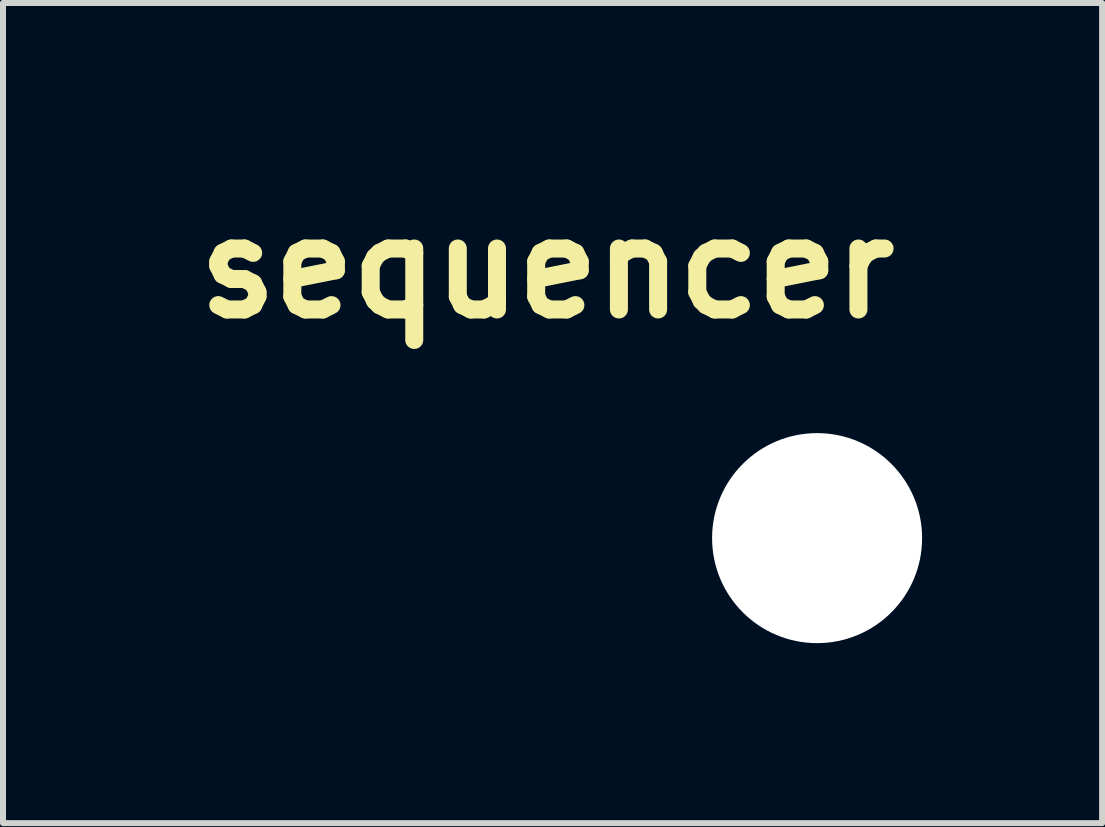
<source format=kicad_pcb>
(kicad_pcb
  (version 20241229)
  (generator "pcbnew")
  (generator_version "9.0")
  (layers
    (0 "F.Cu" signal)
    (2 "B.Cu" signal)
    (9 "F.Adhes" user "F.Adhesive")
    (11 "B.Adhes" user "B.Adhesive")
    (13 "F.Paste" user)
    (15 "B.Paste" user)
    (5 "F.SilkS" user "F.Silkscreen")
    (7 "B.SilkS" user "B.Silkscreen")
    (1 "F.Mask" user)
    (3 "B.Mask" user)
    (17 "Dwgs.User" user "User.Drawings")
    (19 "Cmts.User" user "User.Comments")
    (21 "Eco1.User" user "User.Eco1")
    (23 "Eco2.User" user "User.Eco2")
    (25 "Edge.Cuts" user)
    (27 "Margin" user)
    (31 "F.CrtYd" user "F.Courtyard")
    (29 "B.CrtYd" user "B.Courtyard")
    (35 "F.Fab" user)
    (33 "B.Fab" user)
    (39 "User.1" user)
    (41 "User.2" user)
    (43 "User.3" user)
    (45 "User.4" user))
  (footprint "sequencer"
    (layer "F.Cu")
    (at 10.567 5.918)
    (property "Reference" "sequencer" (at -4.5 -4.5 0) (layer "F.SilkS") (effects (font (size 1.524 1.524) (thickness 0.3))))
    (attr through_hole)
    (fp_poly (pts (xy -2.045 -5.4) (xy -2.002 -5.399) (xy -1.968 -5.397) (xy -1.939 -5.393) (xy -1.91 -5.387) (xy -1.877 -5.379) (xy -1.872 -5.378) (xy -1.755 -5.338) (xy -1.646 -5.283) (xy -1.545 -5.215) (xy -1.455 -5.135) (xy -1.376 -5.044) (xy -1.309 -4.943) (xy -1.255 -4.833) (xy -1.218 -4.722) (xy -1.21 -4.689) (xy -1.204 -4.66) (xy -1.2 -4.631) (xy -1.198 -4.597) (xy -1.196 -4.555) (xy -1.196 -4.501) (xy -1.196 -4.496) (xy -1.196 -4.44) (xy -1.197 -4.397) (xy -1.2 -4.363) (xy -1.203 -4.334) (xy -1.209 -4.305) (xy -1.217 -4.273) (xy -1.218 -4.27) (xy -1.258 -4.152) (xy -1.312 -4.043) (xy -1.38 -3.942) (xy -1.459 -3.852) (xy -1.549 -3.773) (xy -1.649 -3.706) (xy -1.758 -3.653) (xy -1.874 -3.614) (xy -1.939 -3.601) (xy -2.014 -3.592) (xy -2.092 -3.588) (xy -2.168 -3.589) (xy -2.236 -3.595) (xy -2.26 -3.599) (xy -2.38 -3.63) (xy -2.493 -3.675) (xy -2.597 -3.734) (xy -2.693 -3.805) (xy -2.778 -3.887) (xy -2.851 -3.98) (xy -2.912 -4.082) (xy -2.959 -4.192) (xy -2.992 -4.309) (xy -2.998 -4.338) (xy -3.011 -4.46) (xy -3.008 -4.579) (xy -2.99 -4.695) (xy -2.957 -4.807) (xy -2.91 -4.913) (xy -2.85 -5.012) (xy -2.778 -5.103) (xy -2.695 -5.184) (xy -2.601 -5.255) (xy -2.497 -5.314) (xy -2.384 -5.361) (xy -2.327 -5.378) (xy -2.294 -5.386) (xy -2.265 -5.392) (xy -2.235 -5.396) (xy -2.202 -5.399) (xy -2.16 -5.4) (xy -2.105 -5.4) (xy -2.1 -5.4) (xy -2.045 -5.4)) (stroke (width 0.01) (type solid)) (fill yes) (layer "F.Mask"))
    (fp_poly (pts (xy -6.835 -5.4) (xy -6.793 -5.399) (xy -6.759 -5.397) (xy -6.729 -5.393) (xy -6.7 -5.387) (xy -6.668 -5.379) (xy -6.665 -5.378) (xy -6.547 -5.338) (xy -6.438 -5.284) (xy -6.337 -5.217) (xy -6.246 -5.139) (xy -6.168 -5.049) (xy -6.102 -4.949) (xy -6.086 -4.921) (xy -6.038 -4.814) (xy -6.005 -4.708) (xy -5.986 -4.599) (xy -5.981 -4.496) (xy -5.989 -4.373) (xy -6.013 -4.255) (xy -6.052 -4.143) (xy -6.104 -4.037) (xy -6.17 -3.94) (xy -6.247 -3.852) (xy -6.336 -3.774) (xy -6.435 -3.708) (xy -6.543 -3.655) (xy -6.66 -3.616) (xy -6.665 -3.614) (xy -6.73 -3.601) (xy -6.804 -3.592) (xy -6.883 -3.588) (xy -6.959 -3.589) (xy -7.027 -3.595) (xy -7.051 -3.599) (xy -7.171 -3.63) (xy -7.285 -3.676) (xy -7.39 -3.736) (xy -7.486 -3.808) (xy -7.571 -3.893) (xy -7.645 -3.988) (xy -7.706 -4.093) (xy -7.754 -4.207) (xy -7.773 -4.27) (xy -7.782 -4.303) (xy -7.788 -4.332) (xy -7.792 -4.361) (xy -7.794 -4.394) (xy -7.795 -4.436) (xy -7.795 -4.475) (xy -7.401 -4.475) (xy -7.39 -4.385) (xy -7.364 -4.298) (xy -7.342 -4.252) (xy -7.314 -4.209) (xy -7.276 -4.162) (xy -7.231 -4.117) (xy -7.184 -4.078) (xy -7.141 -4.048) (xy -7.135 -4.045) (xy -7.051 -4.01) (xy -6.962 -3.99) (xy -6.871 -3.985) (xy -6.781 -3.997) (xy -6.765 -4) (xy -6.692 -4.024) (xy -6.627 -4.057) (xy -6.567 -4.102) (xy -6.531 -4.136) (xy -6.469 -4.207) (xy -6.424 -4.286) (xy -6.394 -4.37) (xy -6.38 -4.46) (xy -6.379 -4.496) (xy -6.387 -4.588) (xy -6.411 -4.675) (xy -6.45 -4.755) (xy -6.506 -4.829) (xy -6.531 -4.856) (xy -6.591 -4.909) (xy -6.652 -4.949) (xy -6.72 -4.978) (xy -6.765 -4.991) (xy -6.854 -5.005) (xy -6.945 -5.004) (xy -7.034 -4.987) (xy -7.12 -4.955) (xy -7.135 -4.947) (xy -7.178 -4.919) (xy -7.224 -4.881) (xy -7.27 -4.836) (xy -7.309 -4.79) (xy -7.339 -4.746) (xy -7.342 -4.74) (xy -7.377 -4.655) (xy -7.397 -4.566) (xy -7.401 -4.475) (xy -7.795 -4.475) (xy -7.795 -4.491) (xy -7.795 -4.496) (xy -7.795 -4.551) (xy -7.794 -4.594) (xy -7.792 -4.628) (xy -7.788 -4.658) (xy -7.782 -4.687) (xy -7.774 -4.719) (xy -7.773 -4.722) (xy -7.733 -4.84) (xy -7.678 -4.95) (xy -7.611 -5.051) (xy -7.53 -5.142) (xy -7.439 -5.221) (xy -7.338 -5.288) (xy -7.227 -5.341) (xy -7.117 -5.378) (xy -7.084 -5.386) (xy -7.055 -5.392) (xy -7.026 -5.396) (xy -6.992 -5.399) (xy -6.95 -5.4) (xy -6.896 -5.4) (xy -6.891 -5.4) (xy -6.835 -5.4)) (stroke (width 0.01) (type solid)) (fill yes) (layer "F.Mask"))
    (fp_poly (pts (xy -4.35 -5.39) (xy -4.235 -5.362) (xy -4.126 -5.318) (xy -4.028 -5.265) (xy -3.986 -5.235) (xy -3.938 -5.196) (xy -3.888 -5.15) (xy -3.84 -5.101) (xy -3.797 -5.053) (xy -3.764 -5.01) (xy -3.756 -4.999) (xy -3.695 -4.89) (xy -3.649 -4.776) (xy -3.62 -4.658) (xy -3.606 -4.539) (xy -3.608 -4.42) (xy -3.626 -4.301) (xy -3.66 -4.184) (xy -3.71 -4.071) (xy -3.756 -3.992) (xy -3.787 -3.951) (xy -3.827 -3.905) (xy -3.874 -3.856) (xy -3.924 -3.809) (xy -3.973 -3.767) (xy -4.017 -3.734) (xy -4.028 -3.727) (xy -4.132 -3.671) (xy -4.244 -3.627) (xy -4.297 -3.612) (xy -4.35 -3.601) (xy -4.414 -3.594) (xy -4.484 -3.589) (xy -4.554 -3.589) (xy -4.618 -3.591) (xy -4.673 -3.598) (xy -4.676 -3.599) (xy -4.797 -3.63) (xy -4.909 -3.675) (xy -5.013 -3.734) (xy -5.108 -3.804) (xy -5.191 -3.886) (xy -5.264 -3.977) (xy -5.324 -4.078) (xy -5.371 -4.186) (xy -5.404 -4.3) (xy -5.421 -4.42) (xy -5.424 -4.496) (xy -5.424 -4.497) (xy -5.021 -4.497) (xy -5.021 -4.496) (xy -5.02 -4.446) (xy -5.018 -4.409) (xy -5.015 -4.38) (xy -5.009 -4.353) (xy -5.001 -4.329) (xy -4.965 -4.249) (xy -4.914 -4.175) (xy -4.853 -4.111) (xy -4.782 -4.06) (xy -4.754 -4.044) (xy -4.72 -4.027) (xy -4.689 -4.015) (xy -4.656 -4.004) (xy -4.615 -3.993) (xy -4.597 -3.989) (xy -4.582 -3.987) (xy -4.554 -3.986) (xy -4.519 -3.987) (xy -4.496 -3.987) (xy -4.444 -3.99) (xy -4.402 -3.996) (xy -4.361 -4.007) (xy -4.348 -4.012) (xy -4.283 -4.041) (xy -4.218 -4.08) (xy -4.16 -4.126) (xy -4.131 -4.156) (xy -4.088 -4.215) (xy -4.052 -4.284) (xy -4.024 -4.358) (xy -4.006 -4.433) (xy -4.001 -4.496) (xy -4.008 -4.566) (xy -4.026 -4.641) (xy -4.055 -4.716) (xy -4.093 -4.784) (xy -4.131 -4.835) (xy -4.158 -4.862) (xy -4.192 -4.892) (xy -4.226 -4.917) (xy -4.227 -4.918) (xy -4.306 -4.962) (xy -4.39 -4.991) (xy -4.475 -5.005) (xy -4.561 -5.005) (xy -4.646 -4.99) (xy -4.727 -4.961) (xy -4.803 -4.919) (xy -4.871 -4.864) (xy -4.931 -4.796) (xy -4.947 -4.772) (xy -4.977 -4.721) (xy -4.998 -4.673) (xy -5.011 -4.623) (xy -5.018 -4.566) (xy -5.021 -4.497) (xy -5.424 -4.497) (xy -5.416 -4.62) (xy -5.392 -4.74) (xy -5.353 -4.853) (xy -5.3 -4.959) (xy -5.232 -5.058) (xy -5.152 -5.146) (xy -5.059 -5.225) (xy -4.954 -5.292) (xy -4.918 -5.311) (xy -4.812 -5.357) (xy -4.703 -5.387) (xy -4.591 -5.402) (xy -4.471 -5.403) (xy -4.471 -5.403) (xy -4.35 -5.39)) (stroke (width 0.01) (type solid)) (fill yes) (layer "F.Mask"))
    (fp_poly (pts (xy -2.045 -5.4) (xy -2.002 -5.399) (xy -1.968 -5.397) (xy -1.939 -5.393) (xy -1.91 -5.387) (xy -1.877 -5.379) (xy -1.872 -5.378) (xy -1.755 -5.338) (xy -1.646 -5.283) (xy -1.545 -5.215) (xy -1.455 -5.135) (xy -1.376 -5.044) (xy -1.309 -4.943) (xy -1.255 -4.833) (xy -1.218 -4.722) (xy -1.21 -4.689) (xy -1.204 -4.66) (xy -1.2 -4.631) (xy -1.198 -4.597) (xy -1.196 -4.555) (xy -1.196 -4.501) (xy -1.196 -4.496) (xy -1.196 -4.44) (xy -1.197 -4.397) (xy -1.2 -4.363) (xy -1.203 -4.334) (xy -1.209 -4.305) (xy -1.217 -4.273) (xy -1.218 -4.27) (xy -1.258 -4.152) (xy -1.312 -4.043) (xy -1.38 -3.942) (xy -1.459 -3.852) (xy -1.549 -3.773) (xy -1.649 -3.706) (xy -1.758 -3.653) (xy -1.874 -3.614) (xy -1.939 -3.601) (xy -2.014 -3.592) (xy -2.092 -3.588) (xy -2.168 -3.589) (xy -2.236 -3.595) (xy -2.26 -3.599) (xy -2.38 -3.63) (xy -2.493 -3.675) (xy -2.597 -3.734) (xy -2.693 -3.805) (xy -2.778 -3.887) (xy -2.851 -3.98) (xy -2.912 -4.082) (xy -2.959 -4.192) (xy -2.992 -4.309) (xy -2.998 -4.338) (xy -3.011 -4.46) (xy -3.008 -4.579) (xy -2.99 -4.695) (xy -2.957 -4.807) (xy -2.91 -4.913) (xy -2.85 -5.012) (xy -2.778 -5.103) (xy -2.695 -5.184) (xy -2.601 -5.255) (xy -2.497 -5.314) (xy -2.384 -5.361) (xy -2.327 -5.378) (xy -2.294 -5.386) (xy -2.265 -5.392) (xy -2.235 -5.396) (xy -2.202 -5.399) (xy -2.16 -5.4) (xy -2.105 -5.4) (xy -2.1 -5.4) (xy -2.045 -5.4)) (stroke (width 0.01) (type solid)) (fill yes) (layer "B.Mask"))
    (fp_poly (pts (xy -6.835 -5.4) (xy -6.793 -5.399) (xy -6.759 -5.397) (xy -6.729 -5.393) (xy -6.7 -5.387) (xy -6.668 -5.379) (xy -6.665 -5.378) (xy -6.547 -5.338) (xy -6.438 -5.284) (xy -6.337 -5.217) (xy -6.246 -5.139) (xy -6.168 -5.049) (xy -6.102 -4.949) (xy -6.086 -4.921) (xy -6.038 -4.814) (xy -6.005 -4.708) (xy -5.986 -4.599) (xy -5.981 -4.496) (xy -5.989 -4.373) (xy -6.013 -4.255) (xy -6.052 -4.143) (xy -6.104 -4.037) (xy -6.17 -3.94) (xy -6.247 -3.852) (xy -6.336 -3.774) (xy -6.435 -3.708) (xy -6.543 -3.655) (xy -6.66 -3.616) (xy -6.665 -3.614) (xy -6.73 -3.601) (xy -6.804 -3.592) (xy -6.883 -3.588) (xy -6.959 -3.589) (xy -7.027 -3.595) (xy -7.051 -3.599) (xy -7.171 -3.63) (xy -7.285 -3.676) (xy -7.39 -3.736) (xy -7.486 -3.808) (xy -7.571 -3.893) (xy -7.645 -3.988) (xy -7.706 -4.093) (xy -7.754 -4.207) (xy -7.773 -4.27) (xy -7.782 -4.303) (xy -7.788 -4.332) (xy -7.792 -4.361) (xy -7.794 -4.394) (xy -7.795 -4.436) (xy -7.795 -4.475) (xy -7.401 -4.475) (xy -7.39 -4.385) (xy -7.364 -4.298) (xy -7.342 -4.252) (xy -7.314 -4.209) (xy -7.276 -4.162) (xy -7.231 -4.117) (xy -7.184 -4.078) (xy -7.141 -4.048) (xy -7.135 -4.045) (xy -7.051 -4.01) (xy -6.962 -3.99) (xy -6.871 -3.985) (xy -6.781 -3.997) (xy -6.765 -4) (xy -6.692 -4.024) (xy -6.627 -4.057) (xy -6.567 -4.102) (xy -6.531 -4.136) (xy -6.469 -4.207) (xy -6.424 -4.286) (xy -6.394 -4.37) (xy -6.38 -4.46) (xy -6.379 -4.496) (xy -6.387 -4.588) (xy -6.411 -4.675) (xy -6.45 -4.755) (xy -6.506 -4.829) (xy -6.531 -4.856) (xy -6.591 -4.909) (xy -6.652 -4.949) (xy -6.72 -4.978) (xy -6.765 -4.991) (xy -6.854 -5.005) (xy -6.945 -5.004) (xy -7.034 -4.987) (xy -7.12 -4.955) (xy -7.135 -4.947) (xy -7.178 -4.919) (xy -7.224 -4.881) (xy -7.27 -4.836) (xy -7.309 -4.79) (xy -7.339 -4.746) (xy -7.342 -4.74) (xy -7.377 -4.655) (xy -7.397 -4.566) (xy -7.401 -4.475) (xy -7.795 -4.475) (xy -7.795 -4.491) (xy -7.795 -4.496) (xy -7.795 -4.551) (xy -7.794 -4.594) (xy -7.792 -4.628) (xy -7.788 -4.658) (xy -7.782 -4.687) (xy -7.774 -4.719) (xy -7.773 -4.722) (xy -7.733 -4.84) (xy -7.678 -4.95) (xy -7.611 -5.051) (xy -7.53 -5.142) (xy -7.439 -5.221) (xy -7.338 -5.288) (xy -7.227 -5.341) (xy -7.117 -5.378) (xy -7.084 -5.386) (xy -7.055 -5.392) (xy -7.026 -5.396) (xy -6.992 -5.399) (xy -6.95 -5.4) (xy -6.896 -5.4) (xy -6.891 -5.4) (xy -6.835 -5.4)) (stroke (width 0.01) (type solid)) (fill yes) (layer "B.Mask"))
    (fp_poly (pts (xy -4.35 -5.39) (xy -4.235 -5.362) (xy -4.126 -5.318) (xy -4.028 -5.265) (xy -3.986 -5.235) (xy -3.938 -5.196) (xy -3.888 -5.15) (xy -3.84 -5.101) (xy -3.797 -5.053) (xy -3.764 -5.01) (xy -3.756 -4.999) (xy -3.695 -4.89) (xy -3.649 -4.776) (xy -3.62 -4.658) (xy -3.606 -4.539) (xy -3.608 -4.42) (xy -3.626 -4.301) (xy -3.66 -4.184) (xy -3.71 -4.071) (xy -3.756 -3.992) (xy -3.787 -3.951) (xy -3.827 -3.905) (xy -3.874 -3.856) (xy -3.924 -3.809) (xy -3.973 -3.767) (xy -4.017 -3.734) (xy -4.028 -3.727) (xy -4.132 -3.671) (xy -4.244 -3.627) (xy -4.297 -3.612) (xy -4.35 -3.601) (xy -4.414 -3.594) (xy -4.484 -3.589) (xy -4.554 -3.589) (xy -4.618 -3.591) (xy -4.673 -3.598) (xy -4.676 -3.599) (xy -4.797 -3.63) (xy -4.909 -3.675) (xy -5.013 -3.734) (xy -5.108 -3.804) (xy -5.191 -3.886) (xy -5.264 -3.977) (xy -5.324 -4.078) (xy -5.371 -4.186) (xy -5.404 -4.3) (xy -5.421 -4.42) (xy -5.424 -4.496) (xy -5.424 -4.497) (xy -5.021 -4.497) (xy -5.021 -4.496) (xy -5.02 -4.446) (xy -5.018 -4.409) (xy -5.015 -4.38) (xy -5.009 -4.353) (xy -5.001 -4.329) (xy -4.965 -4.249) (xy -4.914 -4.175) (xy -4.853 -4.111) (xy -4.782 -4.06) (xy -4.754 -4.044) (xy -4.72 -4.027) (xy -4.689 -4.015) (xy -4.656 -4.004) (xy -4.615 -3.993) (xy -4.597 -3.989) (xy -4.582 -3.987) (xy -4.554 -3.986) (xy -4.519 -3.987) (xy -4.496 -3.987) (xy -4.444 -3.99) (xy -4.402 -3.996) (xy -4.361 -4.007) (xy -4.348 -4.012) (xy -4.283 -4.041) (xy -4.218 -4.08) (xy -4.16 -4.126) (xy -4.131 -4.156) (xy -4.088 -4.215) (xy -4.052 -4.284) (xy -4.024 -4.358) (xy -4.006 -4.433) (xy -4.001 -4.496) (xy -4.008 -4.566) (xy -4.026 -4.641) (xy -4.055 -4.716) (xy -4.093 -4.784) (xy -4.131 -4.835) (xy -4.158 -4.862) (xy -4.192 -4.892) (xy -4.226 -4.917) (xy -4.227 -4.918) (xy -4.306 -4.962) (xy -4.39 -4.991) (xy -4.475 -5.005) (xy -4.561 -5.005) (xy -4.646 -4.99) (xy -4.727 -4.961) (xy -4.803 -4.919) (xy -4.871 -4.864) (xy -4.931 -4.796) (xy -4.947 -4.772) (xy -4.977 -4.721) (xy -4.998 -4.673) (xy -5.011 -4.623) (xy -5.018 -4.566) (xy -5.021 -4.497) (xy -5.424 -4.497) (xy -5.416 -4.62) (xy -5.392 -4.74) (xy -5.353 -4.853) (xy -5.3 -4.959) (xy -5.232 -5.058) (xy -5.152 -5.146) (xy -5.059 -5.225) (xy -4.954 -5.292) (xy -4.918 -5.311) (xy -4.812 -5.357) (xy -4.703 -5.387) (xy -4.591 -5.402) (xy -4.471 -5.403) (xy -4.471 -5.403) (xy -4.35 -5.39)) (stroke (width 0.01) (type solid)) (fill yes) (layer "B.Mask"))
    (pad "" np_thru_hole circle (at 0 0) (size 3.5 3.5) (drill 3.5) (layers "*.Cu" "*.Mask")))
  (gr_rect
    (start -3 -3)
    (end 15.317 10.668)
    (stroke (width 0.1) (type default))
    (fill no)
    (layer "Edge.Cuts")))
</source>
